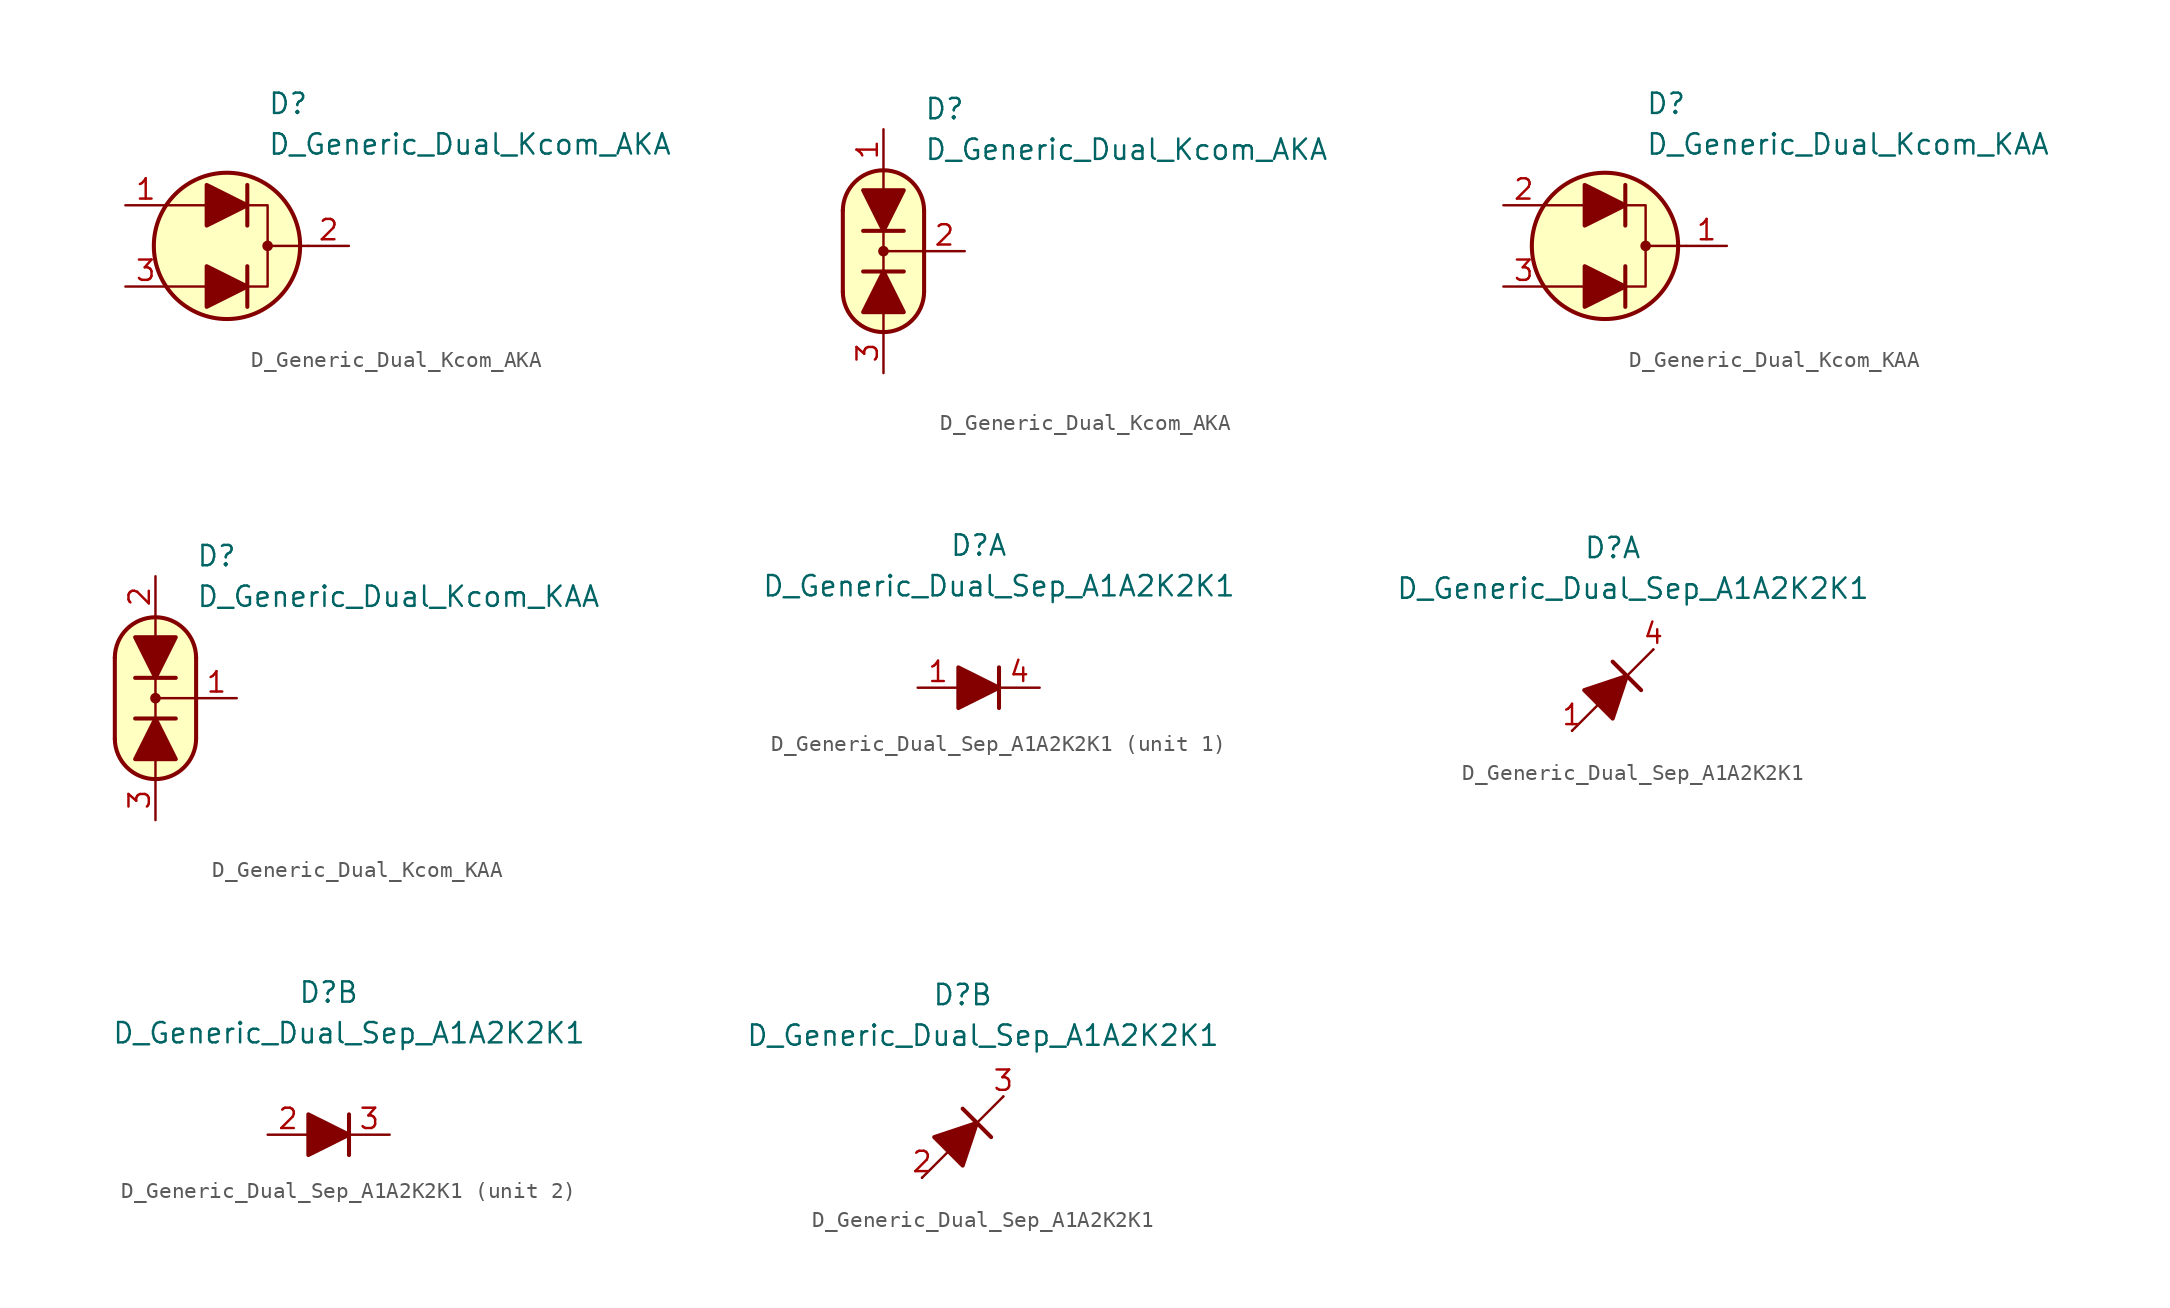
<source format=kicad_sym>
(kicad_symbol_lib
  (version 20231120)
  (generator "kicad_symbol_editor")
  (generator_version "8.0")
  (symbol "D_Generic_Dual_Kcom_AKA"
    (pin_names
      (offset 1.016) hide)
    (property "Reference" "D"
      (at 2.54 8.89 0)
      (effects (font (size 1.27 1.27)) (justify left)))
    (property "Value" "D_Generic_Dual_Kcom_AKA"
      (at 2.54 6.35 0)
      (effects (font (size 1.27 1.27)) (justify left)))
    (symbol "D_Generic_Dual_Kcom_AKA_0_1"
      (polyline (pts (xy -1.27 -2.54) (xy -3.81 -2.54)) (stroke (width 0) (type default)) (fill (type none)))
      (polyline (pts (xy -1.27 2.54) (xy -3.81 2.54)) (stroke (width 0) (type default)) (fill (type none)))
      (polyline (pts (xy 1.27 -3.81) (xy 1.27 -1.27)) (stroke (width 0.254) (type default)) (fill (type none)))
      (polyline (pts (xy 1.27 1.27) (xy 1.27 3.81)) (stroke (width 0.254) (type default)) (fill (type none)))
      (polyline (pts (xy 5.08 0) (xy 2.54 0)) (stroke (width 0) (type default)) (fill (type none)))
      (polyline (pts (xy 1.27 -2.54) (xy 2.54 -2.54) (xy 2.54 2.54) (xy 1.27 2.54)) (stroke (width 0) (type default)) (fill (type none)))
      (circle (center 0 0) (radius 4.572) (stroke (width 0.254) (type default)) (fill (type background)))
      (circle (center 2.54 0) (radius 0.254) (stroke (width 0) (type default)) (fill (type outline))))
    (symbol "D_Generic_Dual_Kcom_AKA_0_2"
      (arc (start -2.54 -2.54) (mid 0 -5.0576) (end 2.54 -2.54) (stroke (width 0.254) (type default)) (fill (type none)))
      (polyline (pts (xy -2.54 2.54) (xy -2.54 -2.54)) (stroke (width 0.254) (type default)) (fill (type none)))
      (polyline (pts (xy -1.27 -1.27) (xy 1.27 -1.27)) (stroke (width 0.254) (type default)) (fill (type none)))
      (polyline (pts (xy 0 -5.08) (xy 0 -3.81)) (stroke (width 0) (type default)) (fill (type none)))
      (polyline (pts (xy 0 0) (xy 2.54 0)) (stroke (width 0) (type default)) (fill (type none)))
      (polyline (pts (xy 0 1.27) (xy 0 -1.27)) (stroke (width 0) (type default)) (fill (type none)))
      (polyline (pts (xy 0 5.08) (xy 0 3.81)) (stroke (width 0) (type default)) (fill (type none)))
      (polyline (pts (xy 1.27 1.27) (xy -1.27 1.27)) (stroke (width 0.254) (type default)) (fill (type none)))
      (polyline (pts (xy 2.54 -2.54) (xy 2.54 2.54)) (stroke (width 0.254) (type default)) (fill (type none)))
      (polyline (pts (xy 0 -5.08) (xy -1.016 -4.826) (xy -1.778 -4.318) (xy -2.286 -3.556) (xy -2.54 -3.048) (xy -2.54 2.794) (xy -2.286 3.556) (xy -1.778 4.318) (xy -1.016 4.826) (xy -0.254 5.08) (xy 0.254 5.08) (xy 1.016 4.826) (xy 1.524 4.572) (xy 2.032 4.064) (xy 2.286 3.556) (xy 2.54 2.794) (xy 2.54 -2.794) (xy 2.286 -3.556) (xy 2.032 -4.064) (xy 1.524 -4.572) (xy 1.016 -4.826) (xy 0 -5.08)) (stroke (width 0.01) (type default)) (fill (type background)))
      (circle (center 0 0) (radius 0.254) (stroke (width 0) (type default)) (fill (type outline)))
      (arc (start 2.54 2.54) (mid 0 5.0576) (end -2.54 2.54) (stroke (width 0.254) (type default)) (fill (type none))))
    (symbol "D_Generic_Dual_Kcom_AKA_1_1"
      (polyline (pts (xy -1.27 -2.54) (xy 1.27 -2.54)) (stroke (width 0) (type default)) (fill (type none)))
      (polyline (pts (xy -1.27 2.54) (xy 1.27 2.54)) (stroke (width 0) (type default)) (fill (type none)))
      (polyline (pts (xy -1.27 -3.81) (xy -1.27 -1.27) (xy 1.27 -2.54) (xy -1.27 -3.81)) (stroke (width 0.254) (type default)) (fill (type outline)))
      (polyline (pts (xy -1.27 1.27) (xy -1.27 3.81) (xy 1.27 2.54) (xy -1.27 1.27)) (stroke (width 0.254) (type default)) (fill (type outline)))
      (pin passive line (at -6.35 2.54 0) (length 2.54) (name "A2" (effects (font (size 1.27 1.27)))) (number "1" (effects (font (size 1.27 1.27)))))
      (pin passive line (at 7.62 0 180) (length 2.54) (name "K" (effects (font (size 1.27 1.27)))) (number "2" (effects (font (size 1.27 1.27)))))
      (pin passive line (at -6.35 -2.54 0) (length 2.54) (name "A1" (effects (font (size 1.27 1.27)))) (number "3" (effects (font (size 1.27 1.27))))))
    (symbol "D_Generic_Dual_Kcom_AKA_1_2"
      (polyline (pts (xy -1.27 -3.81) (xy 1.27 -3.81) (xy 0 -1.27) (xy -1.27 -3.81)) (stroke (width 0.254) (type default)) (fill (type outline)))
      (polyline (pts (xy 1.27 3.81) (xy -1.27 3.81) (xy 0 1.27) (xy 1.27 3.81)) (stroke (width 0.254) (type default)) (fill (type outline)))
      (pin passive line (at 0 7.62 270) (length 2.54) (name "A2" (effects (font (size 1.27 1.27)))) (number "1" (effects (font (size 1.27 1.27)))))
      (pin passive line (at 5.08 0 180) (length 2.54) (name "K" (effects (font (size 1.27 1.27)))) (number "2" (effects (font (size 1.27 1.27)))))
      (pin passive line (at 0 -7.62 90) (length 2.54) (name "A1" (effects (font (size 1.27 1.27)))) (number "3" (effects (font (size 1.27 1.27)))))))
  (symbol "D_Generic_Dual_Kcom_KAA"
    (pin_names
      (offset 1.016) hide)
    (property "Reference" "D"
      (at 2.54 8.89 0)
      (effects (font (size 1.27 1.27)) (justify left)))
    (property "Value" "D_Generic_Dual_Kcom_KAA"
      (at 2.54 6.35 0)
      (effects (font (size 1.27 1.27)) (justify left)))
    (symbol "D_Generic_Dual_Kcom_KAA_0_1"
      (polyline (pts (xy -1.27 -2.54) (xy -3.81 -2.54)) (stroke (width 0) (type default)) (fill (type none)))
      (polyline (pts (xy -1.27 2.54) (xy -3.81 2.54)) (stroke (width 0) (type default)) (fill (type none)))
      (polyline (pts (xy 1.27 -3.81) (xy 1.27 -1.27)) (stroke (width 0.254) (type default)) (fill (type none)))
      (polyline (pts (xy 1.27 1.27) (xy 1.27 3.81)) (stroke (width 0.254) (type default)) (fill (type none)))
      (polyline (pts (xy 5.08 0) (xy 2.54 0)) (stroke (width 0) (type default)) (fill (type none)))
      (polyline (pts (xy 1.27 -2.54) (xy 2.54 -2.54) (xy 2.54 2.54) (xy 1.27 2.54)) (stroke (width 0) (type default)) (fill (type none)))
      (circle (center 0 0) (radius 4.572) (stroke (width 0.254) (type default)) (fill (type background)))
      (circle (center 2.54 0) (radius 0.254) (stroke (width 0) (type default)) (fill (type outline))))
    (symbol "D_Generic_Dual_Kcom_KAA_0_2"
      (arc (start -2.54 -2.54) (mid 0 -5.0576) (end 2.54 -2.54) (stroke (width 0.254) (type default)) (fill (type none)))
      (polyline (pts (xy -2.54 2.54) (xy -2.54 -2.54)) (stroke (width 0.254) (type default)) (fill (type none)))
      (polyline (pts (xy -1.27 -1.27) (xy 1.27 -1.27)) (stroke (width 0.254) (type default)) (fill (type none)))
      (polyline (pts (xy 0 -5.08) (xy 0 -3.81)) (stroke (width 0) (type default)) (fill (type none)))
      (polyline (pts (xy 0 0) (xy 2.54 0)) (stroke (width 0) (type default)) (fill (type none)))
      (polyline (pts (xy 0 1.27) (xy 0 -1.27)) (stroke (width 0) (type default)) (fill (type none)))
      (polyline (pts (xy 0 5.08) (xy 0 3.81)) (stroke (width 0) (type default)) (fill (type none)))
      (polyline (pts (xy 1.27 1.27) (xy -1.27 1.27)) (stroke (width 0.254) (type default)) (fill (type none)))
      (polyline (pts (xy 2.54 -2.54) (xy 2.54 2.54)) (stroke (width 0.254) (type default)) (fill (type none)))
      (polyline (pts (xy 0 -5.08) (xy -1.016 -4.826) (xy -1.778 -4.318) (xy -2.286 -3.556) (xy -2.54 -3.048) (xy -2.54 2.794) (xy -2.286 3.556) (xy -1.778 4.318) (xy -1.016 4.826) (xy -0.254 5.08) (xy 0.254 5.08) (xy 1.016 4.826) (xy 1.524 4.572) (xy 2.032 4.064) (xy 2.286 3.556) (xy 2.54 2.794) (xy 2.54 -2.794) (xy 2.286 -3.556) (xy 2.032 -4.064) (xy 1.524 -4.572) (xy 1.016 -4.826) (xy 0 -5.08)) (stroke (width 0.01) (type default)) (fill (type background)))
      (circle (center 0 0) (radius 0.254) (stroke (width 0) (type default)) (fill (type outline)))
      (arc (start 2.54 2.54) (mid 0 5.0576) (end -2.54 2.54) (stroke (width 0.254) (type default)) (fill (type none))))
    (symbol "D_Generic_Dual_Kcom_KAA_1_1"
      (polyline (pts (xy -1.27 -2.54) (xy 1.27 -2.54)) (stroke (width 0) (type default)) (fill (type none)))
      (polyline (pts (xy -1.27 2.54) (xy 1.27 2.54)) (stroke (width 0) (type default)) (fill (type none)))
      (polyline (pts (xy -1.27 -3.81) (xy -1.27 -1.27) (xy 1.27 -2.54) (xy -1.27 -3.81)) (stroke (width 0.254) (type default)) (fill (type outline)))
      (polyline (pts (xy -1.27 1.27) (xy -1.27 3.81) (xy 1.27 2.54) (xy -1.27 1.27)) (stroke (width 0.254) (type default)) (fill (type outline)))
      (pin passive line (at 7.62 0 180) (length 2.54) (name "K" (effects (font (size 1.27 1.27)))) (number "1" (effects (font (size 1.27 1.27)))))
      (pin passive line (at -6.35 2.54 0) (length 2.54) (name "A2" (effects (font (size 1.27 1.27)))) (number "2" (effects (font (size 1.27 1.27)))))
      (pin passive line (at -6.35 -2.54 0) (length 2.54) (name "A1" (effects (font (size 1.27 1.27)))) (number "3" (effects (font (size 1.27 1.27))))))
    (symbol "D_Generic_Dual_Kcom_KAA_1_2"
      (polyline (pts (xy -1.27 -3.81) (xy 1.27 -3.81) (xy 0 -1.27) (xy -1.27 -3.81)) (stroke (width 0.254) (type default)) (fill (type outline)))
      (polyline (pts (xy 1.27 3.81) (xy -1.27 3.81) (xy 0 1.27) (xy 1.27 3.81)) (stroke (width 0.254) (type default)) (fill (type outline)))
      (pin passive line (at 5.08 0 180) (length 2.54) (name "K" (effects (font (size 1.27 1.27)))) (number "1" (effects (font (size 1.27 1.27)))))
      (pin passive line (at 0 7.62 270) (length 2.54) (name "A2" (effects (font (size 1.27 1.27)))) (number "2" (effects (font (size 1.27 1.27)))))
      (pin passive line (at 0 -7.62 90) (length 2.54) (name "A1" (effects (font (size 1.27 1.27)))) (number "3" (effects (font (size 1.27 1.27)))))))
  (symbol "D_Generic_Dual_Sep_A1A2K2K1"
    (pin_names
      (offset 1.016) hide)
    (property "Reference" "D"
      (at 0 8.89 0)
      (effects (font (size 1.27 1.27))))
    (property "Value" "D_Generic_Dual_Sep_A1A2K2K1"
      (at 1.27 6.35 0)
      (effects (font (size 1.27 1.27))))
    (symbol "D_Generic_Dual_Sep_A1A2K2K1_0_1"
      (polyline (pts (xy 1.27 1.27) (xy 1.27 -1.27)) (stroke (width 0.254) (type default)) (fill (type none))))
    (symbol "D_Generic_Dual_Sep_A1A2K2K1_0_2"
      (polyline (pts (xy -2.54 -2.54) (xy 2.54 2.54)) (stroke (width 0) (type default)) (fill (type none)))
      (polyline (pts (xy 0 1.778) (xy 1.778 0)) (stroke (width 0.254) (type default)) (fill (type none)))
      (polyline (pts (xy -0.889 -0.889) (xy -1.778 0) (xy 0.889 0.889) (xy 0 -1.778) (xy -0.889 -0.889)) (stroke (width 0.254) (type default)) (fill (type outline))))
    (symbol "D_Generic_Dual_Sep_A1A2K2K1_1_1"
      (polyline (pts (xy -1.27 0) (xy 1.27 0)) (stroke (width 0) (type default)) (fill (type none)))
      (polyline (pts (xy -1.27 1.27) (xy -1.27 -1.27) (xy 1.27 0) (xy -1.27 1.27)) (stroke (width 0.254) (type default)) (fill (type outline)))
      (pin passive line (at -3.81 0 0) (length 2.54) (name "A1" (effects (font (size 1.27 1.27)))) (number "1" (effects (font (size 1.27 1.27)))))
      (pin passive line (at 3.81 0 180) (length 2.54) (name "K1" (effects (font (size 1.27 1.27)))) (number "4" (effects (font (size 1.27 1.27))))))
    (symbol "D_Generic_Dual_Sep_A1A2K2K1_1_2"
      (pin passive line (at -2.54 -2.54 0) (length 0) (name "A" (effects (font (size 1.27 1.27)))) (number "1" (effects (font (size 1.27 1.27)))))
      (pin passive line (at 2.54 2.54 180) (length 0) (name "K" (effects (font (size 1.27 1.27)))) (number "4" (effects (font (size 1.27 1.27))))))
    (symbol "D_Generic_Dual_Sep_A1A2K2K1_2_1"
      (polyline (pts (xy -1.27 0) (xy 1.27 0)) (stroke (width 0) (type default)) (fill (type none)))
      (polyline (pts (xy -1.27 1.27) (xy -1.27 -1.27) (xy 1.27 0) (xy -1.27 1.27)) (stroke (width 0.254) (type default)) (fill (type outline)))
      (pin passive line (at -3.81 0 0) (length 2.54) (name "A2" (effects (font (size 1.27 1.27)))) (number "2" (effects (font (size 1.27 1.27)))))
      (pin passive line (at 3.81 0 180) (length 2.54) (name "K2" (effects (font (size 1.27 1.27)))) (number "3" (effects (font (size 1.27 1.27))))))
    (symbol "D_Generic_Dual_Sep_A1A2K2K1_2_2"
      (pin passive line (at -2.54 -2.54 0) (length 0) (name "A2" (effects (font (size 1.27 1.27)))) (number "2" (effects (font (size 1.27 1.27)))))
      (pin passive line (at 2.54 2.54 180) (length 0) (name "K2" (effects (font (size 1.27 1.27)))) (number "3" (effects (font (size 1.27 1.27))))))))
</source>
